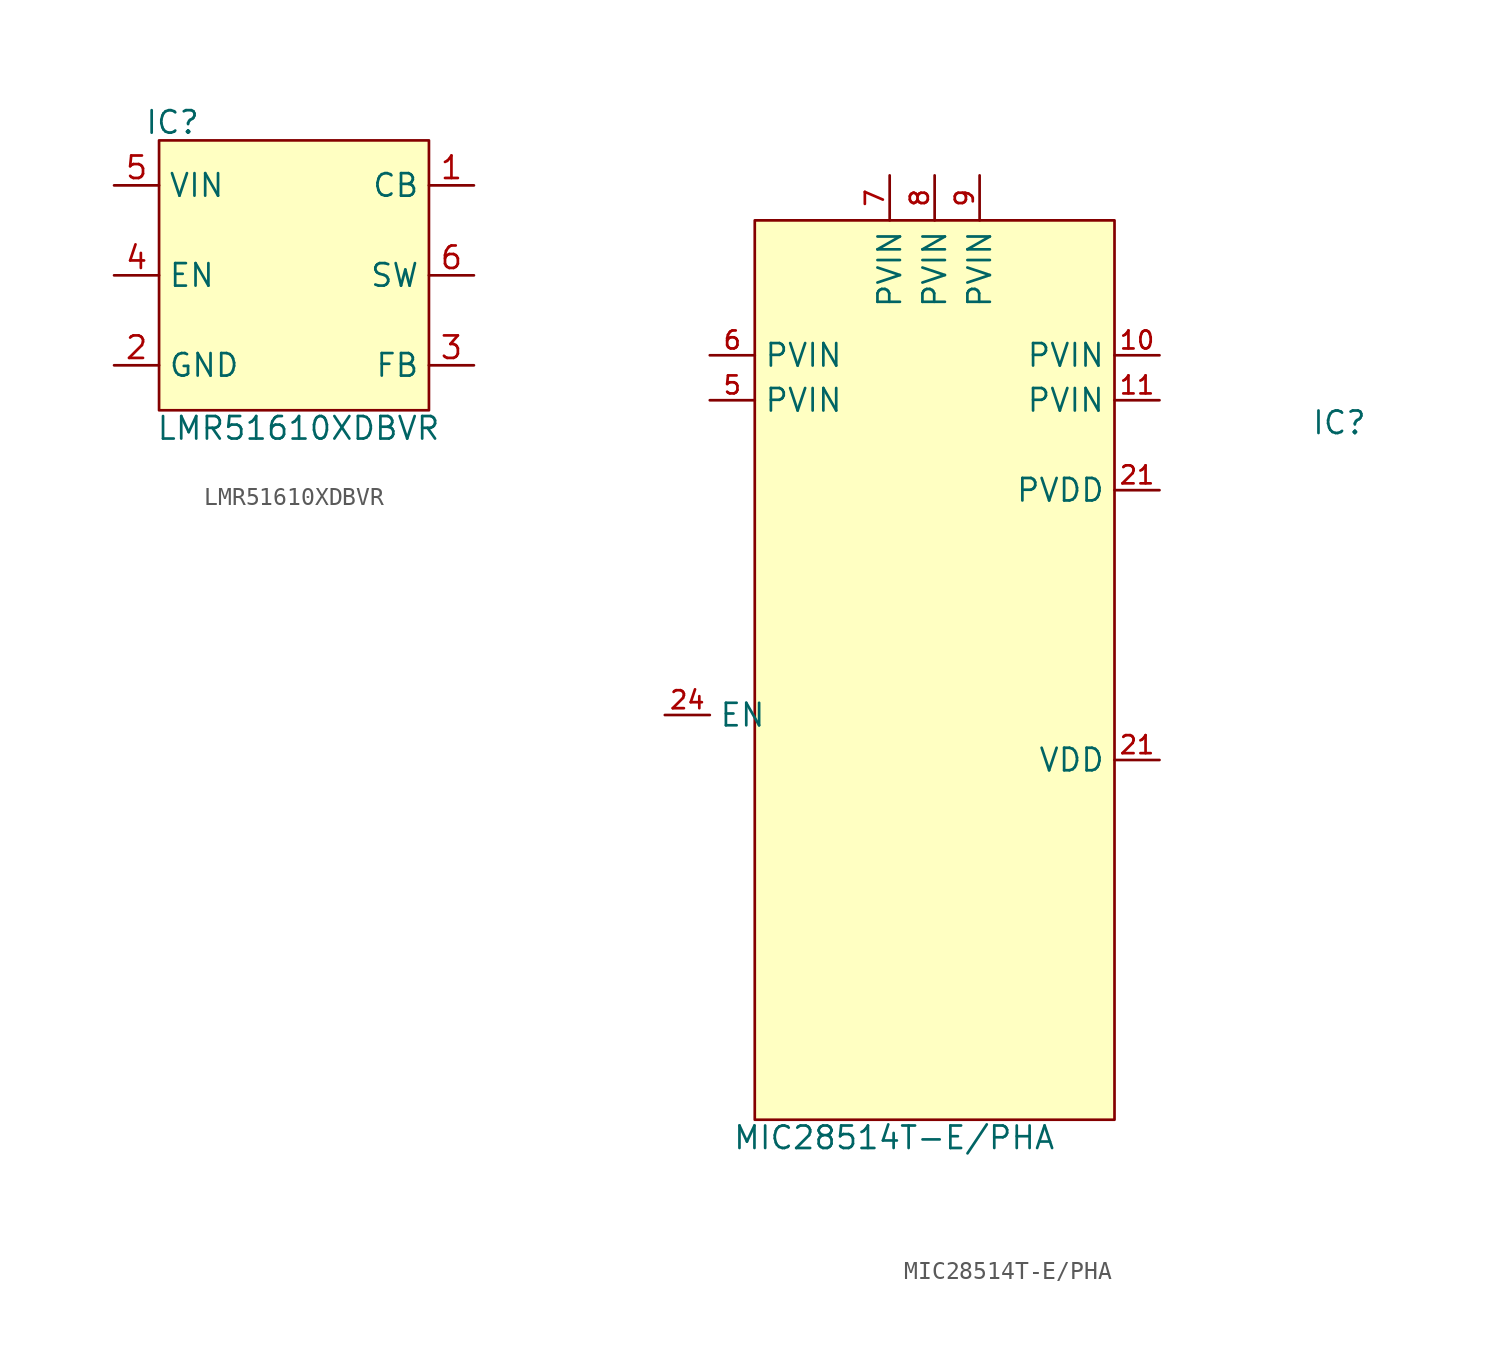
<source format=kicad_sym>
(kicad_symbol_lib
  (version 20241209)
  (generator "kicad_symbol_editor")
  (generator_version "9.0")
  (symbol "LMR51610XDBVR"
    (property "Reference" "IC"
      (at 0.762 16.256 0)
      (effects (font (size 1.27 1.27))))
    (property "Value" "LMR51610XDBVR"
      (at 7.874 -1.016 0)
      (effects (font (size 1.27 1.27))))
    (symbol "LMR51610XDBVR_1_1"
      (rectangle (start 0 15.24) (end 15.24 0) (stroke (width 0) (type solid)) (fill (type background)))
      (pin power_in line (at -2.54 12.7 0) (length 2.54) (name "VIN" (effects (font (size 1.27 1.27)))) (number "5" (effects (font (size 1.27 1.27)))))
      (pin passive line (at -2.54 7.62 0) (length 2.54) (name "EN" (effects (font (size 1.27 1.27)))) (number "4" (effects (font (size 1.27 1.27)))))
      (pin passive line (at -2.54 2.54 0) (length 2.54) (name "GND" (effects (font (size 1.27 1.27)))) (number "2" (effects (font (size 1.27 1.27)))))
      (pin passive line (at 17.78 12.7 180) (length 2.54) (name "CB" (effects (font (size 1.27 1.27)))) (number "1" (effects (font (size 1.27 1.27)))))
      (pin power_out line (at 17.78 7.62 180) (length 2.54) (name "SW" (effects (font (size 1.27 1.27)))) (number "6" (effects (font (size 1.27 1.27)))))
      (pin passive line (at 17.78 2.54 180) (length 2.54) (name "FB" (effects (font (size 1.27 1.27)))) (number "3" (effects (font (size 1.27 1.27)))))))
  (symbol "MIC28514T-E/PHA"
    (property "Reference" "IC"
      (at 33.02 39.37 0)
      (effects (font (size 1.27 1.27))))
    (property "Value" "MIC28514T-E/PHA"
      (at 7.874 -1.016 0)
      (effects (font (size 1.27 1.27))))
    (symbol "MIC28514T-E/PHA_1_1"
      (rectangle (start 0 50.8) (end 20.32 0) (stroke (width 0) (type solid)) (fill (type background)))
      (pin input line (at -5.08 22.86 0) (length 2.54) (name "EN" (effects (font (size 1.27 1.27)))) (number "24" (effects (font (size 1.016 1.016)))))
      (pin power_in line (at -2.54 43.18 0) (length 2.54) (name "PVIN" (effects (font (size 1.27 1.27)))) (number "6" (effects (font (size 1.016 1.016)))))
      (pin power_in line (at -2.54 40.64 0) (length 2.54) (name "PVIN" (effects (font (size 1.27 1.27)))) (number "5" (effects (font (size 1.016 1.016)))))
      (pin power_in line (at 7.62 53.34 270) (length 2.54) (name "PVIN" (effects (font (size 1.27 1.27)))) (number "7" (effects (font (size 1.016 1.016)))))
      (pin power_in line (at 10.16 53.34 270) (length 2.54) (name "PVIN" (effects (font (size 1.27 1.27)))) (number "8" (effects (font (size 1.016 1.016)))))
      (pin power_in line (at 12.7 53.34 270) (length 2.54) (name "PVIN" (effects (font (size 1.27 1.27)))) (number "9" (effects (font (size 1.016 1.016)))))
      (pin power_in line (at 22.86 43.18 180) (length 2.54) (name "PVIN" (effects (font (size 1.27 1.27)))) (number "10" (effects (font (size 1.016 1.016)))))
      (pin power_in line (at 22.86 40.64 180) (length 2.54) (name "PVIN" (effects (font (size 1.27 1.27)))) (number "11" (effects (font (size 1.016 1.016)))))
      (pin power_in line (at 22.86 35.56 180) (length 2.54) (name "PVDD" (effects (font (size 1.27 1.27)))) (number "21" (effects (font (size 1.016 1.016)))))
      (pin power_in line (at 22.86 20.32 180) (length 2.54) (name "VDD" (effects (font (size 1.27 1.27)))) (number "21" (effects (font (size 1.016 1.016))))))))
</source>
